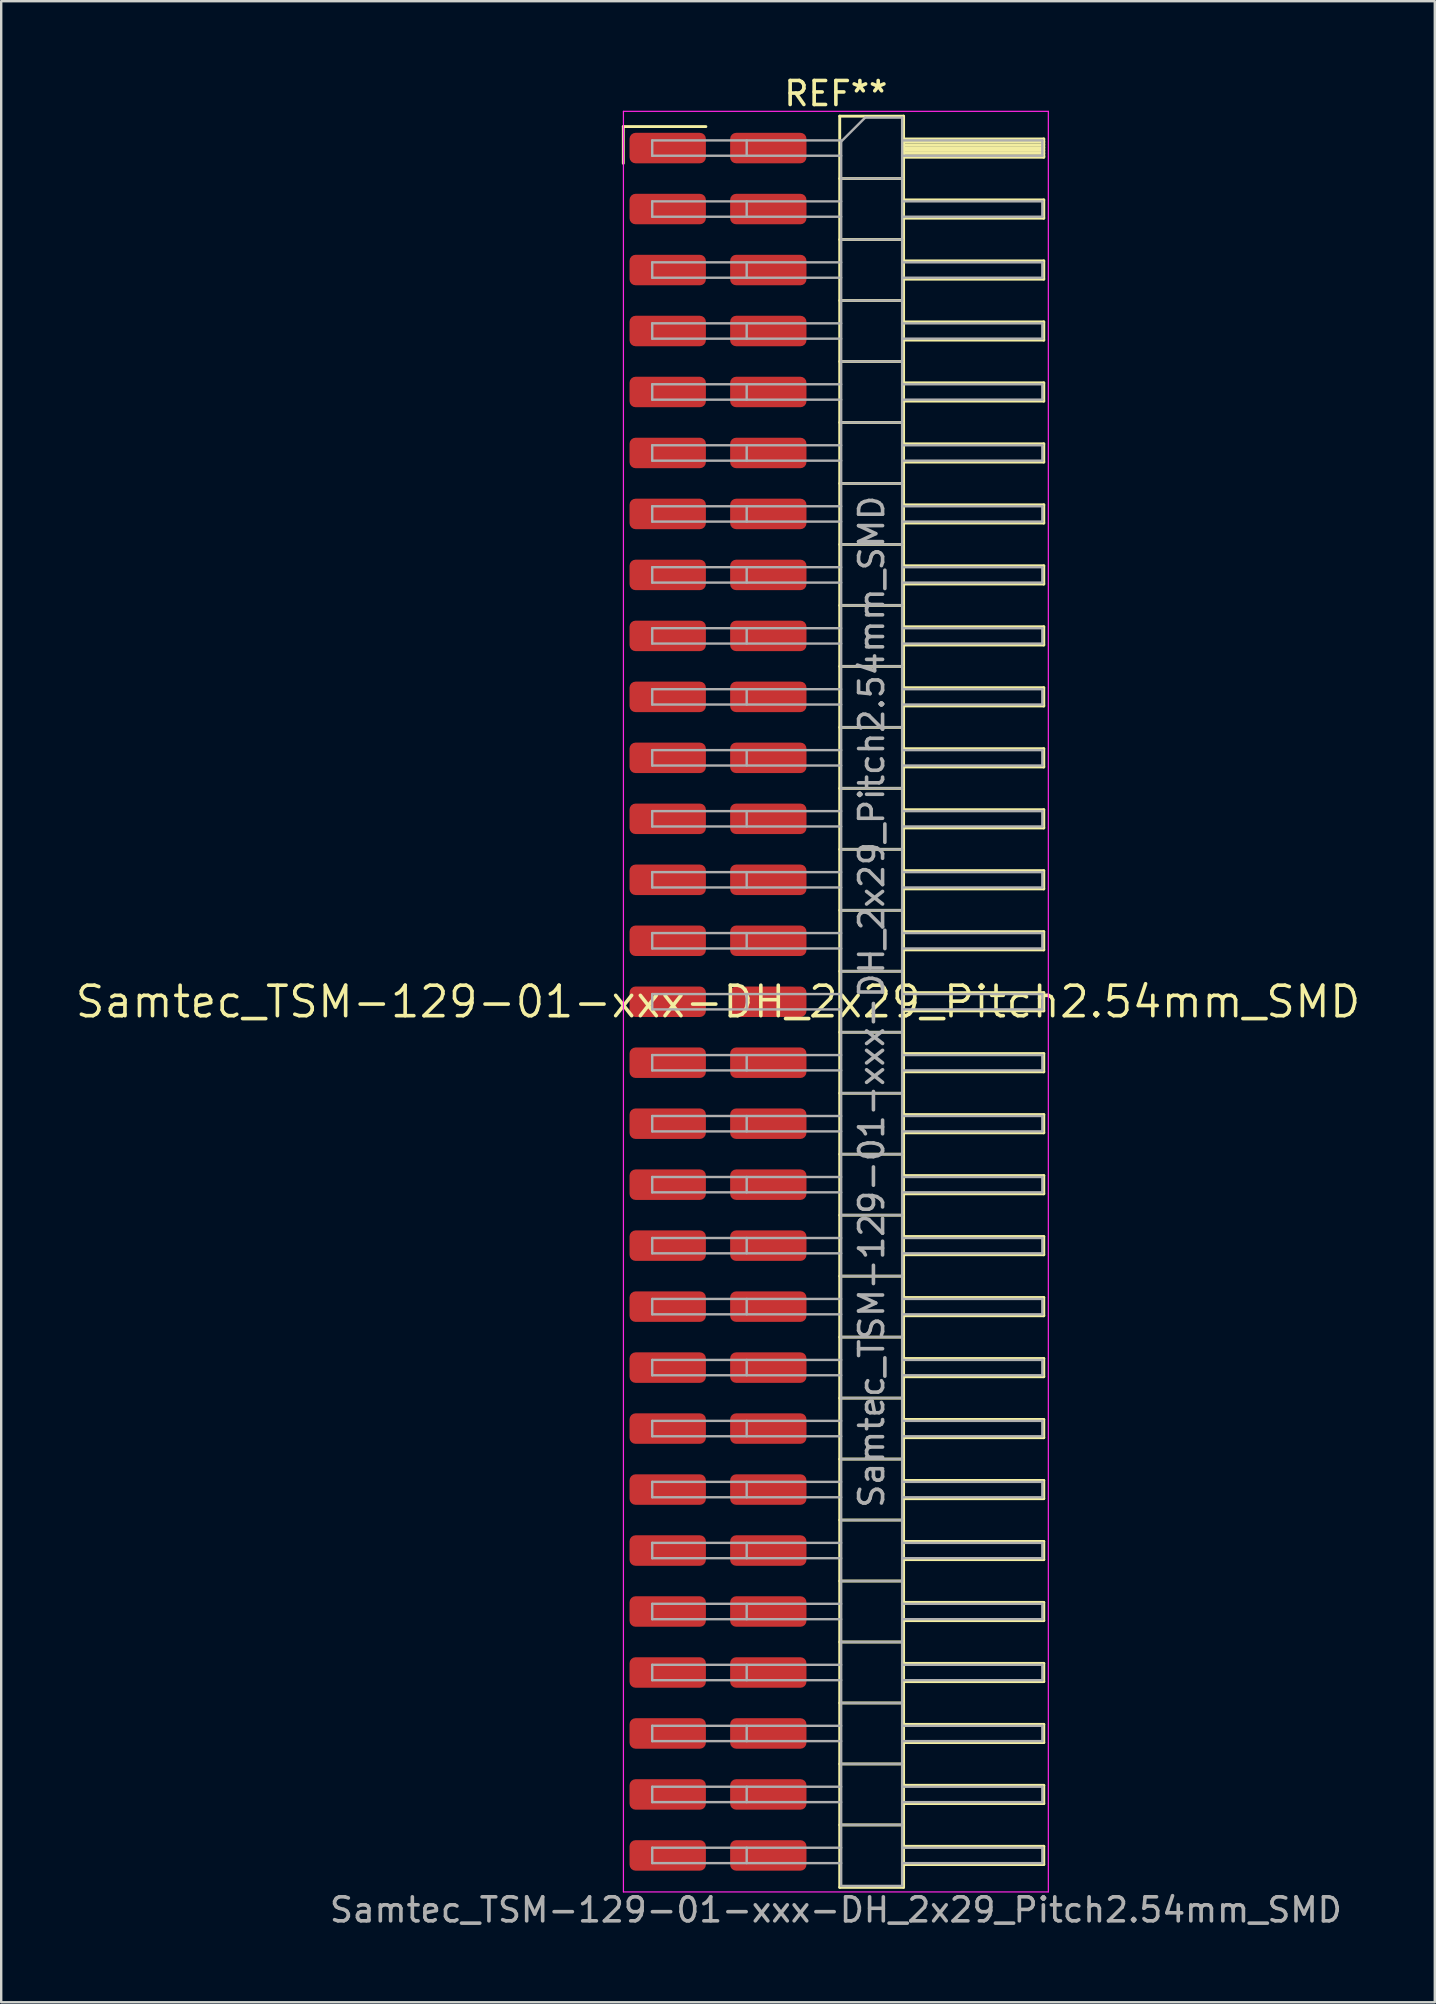
<source format=kicad_pcb>
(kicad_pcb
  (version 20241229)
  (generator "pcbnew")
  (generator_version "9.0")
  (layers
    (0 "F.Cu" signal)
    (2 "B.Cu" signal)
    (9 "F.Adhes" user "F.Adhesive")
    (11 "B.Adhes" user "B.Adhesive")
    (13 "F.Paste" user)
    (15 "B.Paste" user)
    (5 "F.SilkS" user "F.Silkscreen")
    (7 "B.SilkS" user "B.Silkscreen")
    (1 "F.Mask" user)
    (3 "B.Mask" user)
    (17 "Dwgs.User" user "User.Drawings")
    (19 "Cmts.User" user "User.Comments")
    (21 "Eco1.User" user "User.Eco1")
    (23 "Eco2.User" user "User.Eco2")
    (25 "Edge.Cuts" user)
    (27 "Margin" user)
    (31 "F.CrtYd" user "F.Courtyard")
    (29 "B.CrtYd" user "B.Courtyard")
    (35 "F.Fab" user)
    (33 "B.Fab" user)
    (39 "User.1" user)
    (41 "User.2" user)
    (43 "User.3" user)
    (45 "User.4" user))
  (footprint "Samtec_TSM-129-01-xxx-DH_2x29_Pitch2.54mm_SMD"
    (layer "F.Cu")
    (at 26.859 38.678)
    (property "Reference" "Samtec_TSM-129-01-xxx-DH_2x29_Pitch2.54mm_SMD" (at 0 0 0) (layer "F.SilkS") (effects (font (size 1.27 1.27) (thickness 0.15))))
    (attr smd)
    (fp_line (start -3.945 -36.455) (end -0.505 -36.455) (stroke (width 0.12) (type solid)) (layer "F.SilkS"))
    (fp_line (start -3.945 -34.925) (end -3.945 -36.455) (stroke (width 0.12) (type solid)) (layer "F.SilkS"))
    (fp_line (start 5.07 -36.89) (end 7.73 -36.89) (stroke (width 0.12) (type solid)) (layer "F.SilkS"))
    (fp_line (start 5.07 -34.29) (end 7.73 -34.29) (stroke (width 0.12) (type solid)) (layer "F.SilkS"))
    (fp_line (start 5.07 -31.75) (end 7.73 -31.75) (stroke (width 0.12) (type solid)) (layer "F.SilkS"))
    (fp_line (start 5.07 -29.21) (end 7.73 -29.21) (stroke (width 0.12) (type solid)) (layer "F.SilkS"))
    (fp_line (start 5.07 -26.67) (end 7.73 -26.67) (stroke (width 0.12) (type solid)) (layer "F.SilkS"))
    (fp_line (start 5.07 -24.13) (end 7.73 -24.13) (stroke (width 0.12) (type solid)) (layer "F.SilkS"))
    (fp_line (start 5.07 -21.59) (end 7.73 -21.59) (stroke (width 0.12) (type solid)) (layer "F.SilkS"))
    (fp_line (start 5.07 -19.05) (end 7.73 -19.05) (stroke (width 0.12) (type solid)) (layer "F.SilkS"))
    (fp_line (start 5.07 -16.51) (end 7.73 -16.51) (stroke (width 0.12) (type solid)) (layer "F.SilkS"))
    (fp_line (start 5.07 -13.97) (end 7.73 -13.97) (stroke (width 0.12) (type solid)) (layer "F.SilkS"))
    (fp_line (start 5.07 -11.43) (end 7.73 -11.43) (stroke (width 0.12) (type solid)) (layer "F.SilkS"))
    (fp_line (start 5.07 -8.89) (end 7.73 -8.89) (stroke (width 0.12) (type solid)) (layer "F.SilkS"))
    (fp_line (start 5.07 -6.35) (end 7.73 -6.35) (stroke (width 0.12) (type solid)) (layer "F.SilkS"))
    (fp_line (start 5.07 -3.81) (end 7.73 -3.81) (stroke (width 0.12) (type solid)) (layer "F.SilkS"))
    (fp_line (start 5.07 -1.27) (end 7.73 -1.27) (stroke (width 0.12) (type solid)) (layer "F.SilkS"))
    (fp_line (start 5.07 1.27) (end 7.73 1.27) (stroke (width 0.12) (type solid)) (layer "F.SilkS"))
    (fp_line (start 5.07 3.81) (end 7.73 3.81) (stroke (width 0.12) (type solid)) (layer "F.SilkS"))
    (fp_line (start 5.07 6.35) (end 7.73 6.35) (stroke (width 0.12) (type solid)) (layer "F.SilkS"))
    (fp_line (start 5.07 8.89) (end 7.73 8.89) (stroke (width 0.12) (type solid)) (layer "F.SilkS"))
    (fp_line (start 5.07 11.43) (end 7.73 11.43) (stroke (width 0.12) (type solid)) (layer "F.SilkS"))
    (fp_line (start 5.07 13.97) (end 7.73 13.97) (stroke (width 0.12) (type solid)) (layer "F.SilkS"))
    (fp_line (start 5.07 16.51) (end 7.73 16.51) (stroke (width 0.12) (type solid)) (layer "F.SilkS"))
    (fp_line (start 5.07 19.05) (end 7.73 19.05) (stroke (width 0.12) (type solid)) (layer "F.SilkS"))
    (fp_line (start 5.07 21.59) (end 7.73 21.59) (stroke (width 0.12) (type solid)) (layer "F.SilkS"))
    (fp_line (start 5.07 24.13) (end 7.73 24.13) (stroke (width 0.12) (type solid)) (layer "F.SilkS"))
    (fp_line (start 5.07 26.67) (end 7.73 26.67) (stroke (width 0.12) (type solid)) (layer "F.SilkS"))
    (fp_line (start 5.07 29.21) (end 7.73 29.21) (stroke (width 0.12) (type solid)) (layer "F.SilkS"))
    (fp_line (start 5.07 31.75) (end 7.73 31.75) (stroke (width 0.12) (type solid)) (layer "F.SilkS"))
    (fp_line (start 5.07 34.29) (end 7.73 34.29) (stroke (width 0.12) (type solid)) (layer "F.SilkS"))
    (fp_line (start 5.07 36.89) (end 5.07 -36.89) (stroke (width 0.12) (type solid)) (layer "F.SilkS"))
    (fp_line (start 7.73 -36.89) (end 7.73 36.89) (stroke (width 0.12) (type solid)) (layer "F.SilkS"))
    (fp_line (start 7.73 -35.94) (end 13.57 -35.94) (stroke (width 0.12) (type solid)) (layer "F.SilkS"))
    (fp_line (start 7.73 -35.82) (end 13.57 -35.82) (stroke (width 0.12) (type solid)) (layer "F.SilkS"))
    (fp_line (start 7.73 -35.7) (end 13.57 -35.7) (stroke (width 0.12) (type solid)) (layer "F.SilkS"))
    (fp_line (start 7.73 -35.58) (end 13.57 -35.58) (stroke (width 0.12) (type solid)) (layer "F.SilkS"))
    (fp_line (start 7.73 -35.46) (end 13.57 -35.46) (stroke (width 0.12) (type solid)) (layer "F.SilkS"))
    (fp_line (start 7.73 -35.34) (end 13.57 -35.34) (stroke (width 0.12) (type solid)) (layer "F.SilkS"))
    (fp_line (start 7.73 -35.22) (end 13.57 -35.22) (stroke (width 0.12) (type solid)) (layer "F.SilkS"))
    (fp_line (start 7.73 -35.18) (end 13.57 -35.18) (stroke (width 0.12) (type solid)) (layer "F.SilkS"))
    (fp_line (start 7.73 -33.4) (end 13.57 -33.4) (stroke (width 0.12) (type solid)) (layer "F.SilkS"))
    (fp_line (start 7.73 -32.64) (end 13.57 -32.64) (stroke (width 0.12) (type solid)) (layer "F.SilkS"))
    (fp_line (start 7.73 -30.86) (end 13.57 -30.86) (stroke (width 0.12) (type solid)) (layer "F.SilkS"))
    (fp_line (start 7.73 -30.1) (end 13.57 -30.1) (stroke (width 0.12) (type solid)) (layer "F.SilkS"))
    (fp_line (start 7.73 -28.32) (end 13.57 -28.32) (stroke (width 0.12) (type solid)) (layer "F.SilkS"))
    (fp_line (start 7.73 -27.56) (end 13.57 -27.56) (stroke (width 0.12) (type solid)) (layer "F.SilkS"))
    (fp_line (start 7.73 -25.78) (end 13.57 -25.78) (stroke (width 0.12) (type solid)) (layer "F.SilkS"))
    (fp_line (start 7.73 -25.02) (end 13.57 -25.02) (stroke (width 0.12) (type solid)) (layer "F.SilkS"))
    (fp_line (start 7.73 -23.24) (end 13.57 -23.24) (stroke (width 0.12) (type solid)) (layer "F.SilkS"))
    (fp_line (start 7.73 -22.48) (end 13.57 -22.48) (stroke (width 0.12) (type solid)) (layer "F.SilkS"))
    (fp_line (start 7.73 -20.7) (end 13.57 -20.7) (stroke (width 0.12) (type solid)) (layer "F.SilkS"))
    (fp_line (start 7.73 -19.94) (end 13.57 -19.94) (stroke (width 0.12) (type solid)) (layer "F.SilkS"))
    (fp_line (start 7.73 -18.16) (end 13.57 -18.16) (stroke (width 0.12) (type solid)) (layer "F.SilkS"))
    (fp_line (start 7.73 -17.4) (end 13.57 -17.4) (stroke (width 0.12) (type solid)) (layer "F.SilkS"))
    (fp_line (start 7.73 -15.62) (end 13.57 -15.62) (stroke (width 0.12) (type solid)) (layer "F.SilkS"))
    (fp_line (start 7.73 -14.86) (end 13.57 -14.86) (stroke (width 0.12) (type solid)) (layer "F.SilkS"))
    (fp_line (start 7.73 -13.08) (end 13.57 -13.08) (stroke (width 0.12) (type solid)) (layer "F.SilkS"))
    (fp_line (start 7.73 -12.32) (end 13.57 -12.32) (stroke (width 0.12) (type solid)) (layer "F.SilkS"))
    (fp_line (start 7.73 -10.54) (end 13.57 -10.54) (stroke (width 0.12) (type solid)) (layer "F.SilkS"))
    (fp_line (start 7.73 -9.78) (end 13.57 -9.78) (stroke (width 0.12) (type solid)) (layer "F.SilkS"))
    (fp_line (start 7.73 -8) (end 13.57 -8) (stroke (width 0.12) (type solid)) (layer "F.SilkS"))
    (fp_line (start 7.73 -7.24) (end 13.57 -7.24) (stroke (width 0.12) (type solid)) (layer "F.SilkS"))
    (fp_line (start 7.73 -5.46) (end 13.57 -5.46) (stroke (width 0.12) (type solid)) (layer "F.SilkS"))
    (fp_line (start 7.73 -4.7) (end 13.57 -4.7) (stroke (width 0.12) (type solid)) (layer "F.SilkS"))
    (fp_line (start 7.73 -2.92) (end 13.57 -2.92) (stroke (width 0.12) (type solid)) (layer "F.SilkS"))
    (fp_line (start 7.73 -2.16) (end 13.57 -2.16) (stroke (width 0.12) (type solid)) (layer "F.SilkS"))
    (fp_line (start 7.73 -0.38) (end 13.57 -0.38) (stroke (width 0.12) (type solid)) (layer "F.SilkS"))
    (fp_line (start 7.73 0.38) (end 13.57 0.38) (stroke (width 0.12) (type solid)) (layer "F.SilkS"))
    (fp_line (start 7.73 2.16) (end 13.57 2.16) (stroke (width 0.12) (type solid)) (layer "F.SilkS"))
    (fp_line (start 7.73 2.92) (end 13.57 2.92) (stroke (width 0.12) (type solid)) (layer "F.SilkS"))
    (fp_line (start 7.73 4.7) (end 13.57 4.7) (stroke (width 0.12) (type solid)) (layer "F.SilkS"))
    (fp_line (start 7.73 5.46) (end 13.57 5.46) (stroke (width 0.12) (type solid)) (layer "F.SilkS"))
    (fp_line (start 7.73 7.24) (end 13.57 7.24) (stroke (width 0.12) (type solid)) (layer "F.SilkS"))
    (fp_line (start 7.73 8) (end 13.57 8) (stroke (width 0.12) (type solid)) (layer "F.SilkS"))
    (fp_line (start 7.73 9.78) (end 13.57 9.78) (stroke (width 0.12) (type solid)) (layer "F.SilkS"))
    (fp_line (start 7.73 10.54) (end 13.57 10.54) (stroke (width 0.12) (type solid)) (layer "F.SilkS"))
    (fp_line (start 7.73 12.32) (end 13.57 12.32) (stroke (width 0.12) (type solid)) (layer "F.SilkS"))
    (fp_line (start 7.73 13.08) (end 13.57 13.08) (stroke (width 0.12) (type solid)) (layer "F.SilkS"))
    (fp_line (start 7.73 14.86) (end 13.57 14.86) (stroke (width 0.12) (type solid)) (layer "F.SilkS"))
    (fp_line (start 7.73 15.62) (end 13.57 15.62) (stroke (width 0.12) (type solid)) (layer "F.SilkS"))
    (fp_line (start 7.73 17.4) (end 13.57 17.4) (stroke (width 0.12) (type solid)) (layer "F.SilkS"))
    (fp_line (start 7.73 18.16) (end 13.57 18.16) (stroke (width 0.12) (type solid)) (layer "F.SilkS"))
    (fp_line (start 7.73 19.94) (end 13.57 19.94) (stroke (width 0.12) (type solid)) (layer "F.SilkS"))
    (fp_line (start 7.73 20.7) (end 13.57 20.7) (stroke (width 0.12) (type solid)) (layer "F.SilkS"))
    (fp_line (start 7.73 22.48) (end 13.57 22.48) (stroke (width 0.12) (type solid)) (layer "F.SilkS"))
    (fp_line (start 7.73 23.24) (end 13.57 23.24) (stroke (width 0.12) (type solid)) (layer "F.SilkS"))
    (fp_line (start 7.73 25.02) (end 13.57 25.02) (stroke (width 0.12) (type solid)) (layer "F.SilkS"))
    (fp_line (start 7.73 25.78) (end 13.57 25.78) (stroke (width 0.12) (type solid)) (layer "F.SilkS"))
    (fp_line (start 7.73 27.56) (end 13.57 27.56) (stroke (width 0.12) (type solid)) (layer "F.SilkS"))
    (fp_line (start 7.73 28.32) (end 13.57 28.32) (stroke (width 0.12) (type solid)) (layer "F.SilkS"))
    (fp_line (start 7.73 30.1) (end 13.57 30.1) (stroke (width 0.12) (type solid)) (layer "F.SilkS"))
    (fp_line (start 7.73 30.86) (end 13.57 30.86) (stroke (width 0.12) (type solid)) (layer "F.SilkS"))
    (fp_line (start 7.73 32.64) (end 13.57 32.64) (stroke (width 0.12) (type solid)) (layer "F.SilkS"))
    (fp_line (start 7.73 33.4) (end 13.57 33.4) (stroke (width 0.12) (type solid)) (layer "F.SilkS"))
    (fp_line (start 7.73 35.18) (end 13.57 35.18) (stroke (width 0.12) (type solid)) (layer "F.SilkS"))
    (fp_line (start 7.73 35.94) (end 13.57 35.94) (stroke (width 0.12) (type solid)) (layer "F.SilkS"))
    (fp_line (start 7.73 36.89) (end 5.07 36.89) (stroke (width 0.12) (type solid)) (layer "F.SilkS"))
    (fp_line (start 13.57 -35.94) (end 13.57 -35.18) (stroke (width 0.12) (type solid)) (layer "F.SilkS"))
    (fp_line (start 13.57 -33.4) (end 13.57 -32.64) (stroke (width 0.12) (type solid)) (layer "F.SilkS"))
    (fp_line (start 13.57 -30.86) (end 13.57 -30.1) (stroke (width 0.12) (type solid)) (layer "F.SilkS"))
    (fp_line (start 13.57 -28.32) (end 13.57 -27.56) (stroke (width 0.12) (type solid)) (layer "F.SilkS"))
    (fp_line (start 13.57 -25.78) (end 13.57 -25.02) (stroke (width 0.12) (type solid)) (layer "F.SilkS"))
    (fp_line (start 13.57 -23.24) (end 13.57 -22.48) (stroke (width 0.12) (type solid)) (layer "F.SilkS"))
    (fp_line (start 13.57 -20.7) (end 13.57 -19.94) (stroke (width 0.12) (type solid)) (layer "F.SilkS"))
    (fp_line (start 13.57 -18.16) (end 13.57 -17.4) (stroke (width 0.12) (type solid)) (layer "F.SilkS"))
    (fp_line (start 13.57 -15.62) (end 13.57 -14.86) (stroke (width 0.12) (type solid)) (layer "F.SilkS"))
    (fp_line (start 13.57 -13.08) (end 13.57 -12.32) (stroke (width 0.12) (type solid)) (layer "F.SilkS"))
    (fp_line (start 13.57 -10.54) (end 13.57 -9.78) (stroke (width 0.12) (type solid)) (layer "F.SilkS"))
    (fp_line (start 13.57 -8) (end 13.57 -7.24) (stroke (width 0.12) (type solid)) (layer "F.SilkS"))
    (fp_line (start 13.57 -5.46) (end 13.57 -4.7) (stroke (width 0.12) (type solid)) (layer "F.SilkS"))
    (fp_line (start 13.57 -2.92) (end 13.57 -2.16) (stroke (width 0.12) (type solid)) (layer "F.SilkS"))
    (fp_line (start 13.57 -0.38) (end 13.57 0.38) (stroke (width 0.12) (type solid)) (layer "F.SilkS"))
    (fp_line (start 13.57 2.16) (end 13.57 2.92) (stroke (width 0.12) (type solid)) (layer "F.SilkS"))
    (fp_line (start 13.57 4.7) (end 13.57 5.46) (stroke (width 0.12) (type solid)) (layer "F.SilkS"))
    (fp_line (start 13.57 7.24) (end 13.57 8) (stroke (width 0.12) (type solid)) (layer "F.SilkS"))
    (fp_line (start 13.57 9.78) (end 13.57 10.54) (stroke (width 0.12) (type solid)) (layer "F.SilkS"))
    (fp_line (start 13.57 12.32) (end 13.57 13.08) (stroke (width 0.12) (type solid)) (layer "F.SilkS"))
    (fp_line (start 13.57 14.86) (end 13.57 15.62) (stroke (width 0.12) (type solid)) (layer "F.SilkS"))
    (fp_line (start 13.57 17.4) (end 13.57 18.16) (stroke (width 0.12) (type solid)) (layer "F.SilkS"))
    (fp_line (start 13.57 19.94) (end 13.57 20.7) (stroke (width 0.12) (type solid)) (layer "F.SilkS"))
    (fp_line (start 13.57 22.48) (end 13.57 23.24) (stroke (width 0.12) (type solid)) (layer "F.SilkS"))
    (fp_line (start 13.57 25.02) (end 13.57 25.78) (stroke (width 0.12) (type solid)) (layer "F.SilkS"))
    (fp_line (start 13.57 27.56) (end 13.57 28.32) (stroke (width 0.12) (type solid)) (layer "F.SilkS"))
    (fp_line (start 13.57 30.1) (end 13.57 30.86) (stroke (width 0.12) (type solid)) (layer "F.SilkS"))
    (fp_line (start 13.57 32.64) (end 13.57 33.4) (stroke (width 0.12) (type solid)) (layer "F.SilkS"))
    (fp_line (start 13.57 35.18) (end 13.57 35.94) (stroke (width 0.12) (type solid)) (layer "F.SilkS"))
    (fp_line (start -3.94 -37.09) (end 13.76 -37.09) (stroke (width 0.05) (type solid)) (layer "F.CrtYd"))
    (fp_line (start -3.94 37.08) (end -3.94 -37.09) (stroke (width 0.05) (type solid)) (layer "F.CrtYd"))
    (fp_line (start 13.76 -37.09) (end 13.76 37.08) (stroke (width 0.05) (type solid)) (layer "F.CrtYd"))
    (fp_line (start 13.76 37.08) (end -3.94 37.08) (stroke (width 0.05) (type solid)) (layer "F.CrtYd"))
    (fp_line (start -2.74 -35.88) (end -2.74 -35.24) (stroke (width 0.1) (type solid)) (layer "F.Fab"))
    (fp_line (start -2.74 -35.88) (end 5.13 -35.88) (stroke (width 0.1) (type solid)) (layer "F.Fab"))
    (fp_line (start -2.74 -35.24) (end 5.13 -35.24) (stroke (width 0.1) (type solid)) (layer "F.Fab"))
    (fp_line (start -2.74 -33.34) (end -2.74 -32.7) (stroke (width 0.1) (type solid)) (layer "F.Fab"))
    (fp_line (start -2.74 -33.34) (end 5.13 -33.34) (stroke (width 0.1) (type solid)) (layer "F.Fab"))
    (fp_line (start -2.74 -32.7) (end 5.13 -32.7) (stroke (width 0.1) (type solid)) (layer "F.Fab"))
    (fp_line (start -2.74 -30.8) (end -2.74 -30.16) (stroke (width 0.1) (type solid)) (layer "F.Fab"))
    (fp_line (start -2.74 -30.8) (end 5.13 -30.8) (stroke (width 0.1) (type solid)) (layer "F.Fab"))
    (fp_line (start -2.74 -30.16) (end 5.13 -30.16) (stroke (width 0.1) (type solid)) (layer "F.Fab"))
    (fp_line (start -2.74 -28.26) (end -2.74 -27.62) (stroke (width 0.1) (type solid)) (layer "F.Fab"))
    (fp_line (start -2.74 -28.26) (end 5.13 -28.26) (stroke (width 0.1) (type solid)) (layer "F.Fab"))
    (fp_line (start -2.74 -27.62) (end 5.13 -27.62) (stroke (width 0.1) (type solid)) (layer "F.Fab"))
    (fp_line (start -2.74 -25.72) (end -2.74 -25.08) (stroke (width 0.1) (type solid)) (layer "F.Fab"))
    (fp_line (start -2.74 -25.72) (end 5.13 -25.72) (stroke (width 0.1) (type solid)) (layer "F.Fab"))
    (fp_line (start -2.74 -25.08) (end 5.13 -25.08) (stroke (width 0.1) (type solid)) (layer "F.Fab"))
    (fp_line (start -2.74 -23.18) (end -2.74 -22.54) (stroke (width 0.1) (type solid)) (layer "F.Fab"))
    (fp_line (start -2.74 -23.18) (end 5.13 -23.18) (stroke (width 0.1) (type solid)) (layer "F.Fab"))
    (fp_line (start -2.74 -22.54) (end 5.13 -22.54) (stroke (width 0.1) (type solid)) (layer "F.Fab"))
    (fp_line (start -2.74 -20.64) (end -2.74 -20) (stroke (width 0.1) (type solid)) (layer "F.Fab"))
    (fp_line (start -2.74 -20.64) (end 5.13 -20.64) (stroke (width 0.1) (type solid)) (layer "F.Fab"))
    (fp_line (start -2.74 -20) (end 5.13 -20) (stroke (width 0.1) (type solid)) (layer "F.Fab"))
    (fp_line (start -2.74 -18.1) (end -2.74 -17.46) (stroke (width 0.1) (type solid)) (layer "F.Fab"))
    (fp_line (start -2.74 -18.1) (end 5.13 -18.1) (stroke (width 0.1) (type solid)) (layer "F.Fab"))
    (fp_line (start -2.74 -17.46) (end 5.13 -17.46) (stroke (width 0.1) (type solid)) (layer "F.Fab"))
    (fp_line (start -2.74 -15.56) (end -2.74 -14.92) (stroke (width 0.1) (type solid)) (layer "F.Fab"))
    (fp_line (start -2.74 -15.56) (end 5.13 -15.56) (stroke (width 0.1) (type solid)) (layer "F.Fab"))
    (fp_line (start -2.74 -14.92) (end 5.13 -14.92) (stroke (width 0.1) (type solid)) (layer "F.Fab"))
    (fp_line (start -2.74 -13.02) (end -2.74 -12.38) (stroke (width 0.1) (type solid)) (layer "F.Fab"))
    (fp_line (start -2.74 -13.02) (end 5.13 -13.02) (stroke (width 0.1) (type solid)) (layer "F.Fab"))
    (fp_line (start -2.74 -12.38) (end 5.13 -12.38) (stroke (width 0.1) (type solid)) (layer "F.Fab"))
    (fp_line (start -2.74 -10.48) (end -2.74 -9.84) (stroke (width 0.1) (type solid)) (layer "F.Fab"))
    (fp_line (start -2.74 -10.48) (end 5.13 -10.48) (stroke (width 0.1) (type solid)) (layer "F.Fab"))
    (fp_line (start -2.74 -9.84) (end 5.13 -9.84) (stroke (width 0.1) (type solid)) (layer "F.Fab"))
    (fp_line (start -2.74 -7.94) (end -2.74 -7.3) (stroke (width 0.1) (type solid)) (layer "F.Fab"))
    (fp_line (start -2.74 -7.94) (end 5.13 -7.94) (stroke (width 0.1) (type solid)) (layer "F.Fab"))
    (fp_line (start -2.74 -7.3) (end 5.13 -7.3) (stroke (width 0.1) (type solid)) (layer "F.Fab"))
    (fp_line (start -2.74 -5.4) (end -2.74 -4.76) (stroke (width 0.1) (type solid)) (layer "F.Fab"))
    (fp_line (start -2.74 -5.4) (end 5.13 -5.4) (stroke (width 0.1) (type solid)) (layer "F.Fab"))
    (fp_line (start -2.74 -4.76) (end 5.13 -4.76) (stroke (width 0.1) (type solid)) (layer "F.Fab"))
    (fp_line (start -2.74 -2.86) (end -2.74 -2.22) (stroke (width 0.1) (type solid)) (layer "F.Fab"))
    (fp_line (start -2.74 -2.86) (end 5.13 -2.86) (stroke (width 0.1) (type solid)) (layer "F.Fab"))
    (fp_line (start -2.74 -2.22) (end 5.13 -2.22) (stroke (width 0.1) (type solid)) (layer "F.Fab"))
    (fp_line (start -2.74 -0.32) (end -2.74 0.32) (stroke (width 0.1) (type solid)) (layer "F.Fab"))
    (fp_line (start -2.74 -0.32) (end 5.13 -0.32) (stroke (width 0.1) (type solid)) (layer "F.Fab"))
    (fp_line (start -2.74 0.32) (end 5.13 0.32) (stroke (width 0.1) (type solid)) (layer "F.Fab"))
    (fp_line (start -2.74 2.22) (end -2.74 2.86) (stroke (width 0.1) (type solid)) (layer "F.Fab"))
    (fp_line (start -2.74 2.22) (end 5.13 2.22) (stroke (width 0.1) (type solid)) (layer "F.Fab"))
    (fp_line (start -2.74 2.86) (end 5.13 2.86) (stroke (width 0.1) (type solid)) (layer "F.Fab"))
    (fp_line (start -2.74 4.76) (end -2.74 5.4) (stroke (width 0.1) (type solid)) (layer "F.Fab"))
    (fp_line (start -2.74 4.76) (end 5.13 4.76) (stroke (width 0.1) (type solid)) (layer "F.Fab"))
    (fp_line (start -2.74 5.4) (end 5.13 5.4) (stroke (width 0.1) (type solid)) (layer "F.Fab"))
    (fp_line (start -2.74 7.3) (end -2.74 7.94) (stroke (width 0.1) (type solid)) (layer "F.Fab"))
    (fp_line (start -2.74 7.3) (end 5.13 7.3) (stroke (width 0.1) (type solid)) (layer "F.Fab"))
    (fp_line (start -2.74 7.94) (end 5.13 7.94) (stroke (width 0.1) (type solid)) (layer "F.Fab"))
    (fp_line (start -2.74 9.84) (end -2.74 10.48) (stroke (width 0.1) (type solid)) (layer "F.Fab"))
    (fp_line (start -2.74 9.84) (end 5.13 9.84) (stroke (width 0.1) (type solid)) (layer "F.Fab"))
    (fp_line (start -2.74 10.48) (end 5.13 10.48) (stroke (width 0.1) (type solid)) (layer "F.Fab"))
    (fp_line (start -2.74 12.38) (end -2.74 13.02) (stroke (width 0.1) (type solid)) (layer "F.Fab"))
    (fp_line (start -2.74 12.38) (end 5.13 12.38) (stroke (width 0.1) (type solid)) (layer "F.Fab"))
    (fp_line (start -2.74 13.02) (end 5.13 13.02) (stroke (width 0.1) (type solid)) (layer "F.Fab"))
    (fp_line (start -2.74 14.92) (end -2.74 15.56) (stroke (width 0.1) (type solid)) (layer "F.Fab"))
    (fp_line (start -2.74 14.92) (end 5.13 14.92) (stroke (width 0.1) (type solid)) (layer "F.Fab"))
    (fp_line (start -2.74 15.56) (end 5.13 15.56) (stroke (width 0.1) (type solid)) (layer "F.Fab"))
    (fp_line (start -2.74 17.46) (end -2.74 18.1) (stroke (width 0.1) (type solid)) (layer "F.Fab"))
    (fp_line (start -2.74 17.46) (end 5.13 17.46) (stroke (width 0.1) (type solid)) (layer "F.Fab"))
    (fp_line (start -2.74 18.1) (end 5.13 18.1) (stroke (width 0.1) (type solid)) (layer "F.Fab"))
    (fp_line (start -2.74 20) (end -2.74 20.64) (stroke (width 0.1) (type solid)) (layer "F.Fab"))
    (fp_line (start -2.74 20) (end 5.13 20) (stroke (width 0.1) (type solid)) (layer "F.Fab"))
    (fp_line (start -2.74 20.64) (end 5.13 20.64) (stroke (width 0.1) (type solid)) (layer "F.Fab"))
    (fp_line (start -2.74 22.54) (end -2.74 23.18) (stroke (width 0.1) (type solid)) (layer "F.Fab"))
    (fp_line (start -2.74 22.54) (end 5.13 22.54) (stroke (width 0.1) (type solid)) (layer "F.Fab"))
    (fp_line (start -2.74 23.18) (end 5.13 23.18) (stroke (width 0.1) (type solid)) (layer "F.Fab"))
    (fp_line (start -2.74 25.08) (end -2.74 25.72) (stroke (width 0.1) (type solid)) (layer "F.Fab"))
    (fp_line (start -2.74 25.08) (end 5.13 25.08) (stroke (width 0.1) (type solid)) (layer "F.Fab"))
    (fp_line (start -2.74 25.72) (end 5.13 25.72) (stroke (width 0.1) (type solid)) (layer "F.Fab"))
    (fp_line (start -2.74 27.62) (end -2.74 28.26) (stroke (width 0.1) (type solid)) (layer "F.Fab"))
    (fp_line (start -2.74 27.62) (end 5.13 27.62) (stroke (width 0.1) (type solid)) (layer "F.Fab"))
    (fp_line (start -2.74 28.26) (end 5.13 28.26) (stroke (width 0.1) (type solid)) (layer "F.Fab"))
    (fp_line (start -2.74 30.16) (end -2.74 30.8) (stroke (width 0.1) (type solid)) (layer "F.Fab"))
    (fp_line (start -2.74 30.16) (end 5.13 30.16) (stroke (width 0.1) (type solid)) (layer "F.Fab"))
    (fp_line (start -2.74 30.8) (end 5.13 30.8) (stroke (width 0.1) (type solid)) (layer "F.Fab"))
    (fp_line (start -2.74 32.7) (end -2.74 33.34) (stroke (width 0.1) (type solid)) (layer "F.Fab"))
    (fp_line (start -2.74 32.7) (end 5.13 32.7) (stroke (width 0.1) (type solid)) (layer "F.Fab"))
    (fp_line (start -2.74 33.34) (end 5.13 33.34) (stroke (width 0.1) (type solid)) (layer "F.Fab"))
    (fp_line (start -2.74 35.24) (end -2.74 35.88) (stroke (width 0.1) (type solid)) (layer "F.Fab"))
    (fp_line (start -2.74 35.24) (end 5.13 35.24) (stroke (width 0.1) (type solid)) (layer "F.Fab"))
    (fp_line (start -2.74 35.88) (end 5.13 35.88) (stroke (width 0.1) (type solid)) (layer "F.Fab"))
    (fp_line (start 1.195 -35.88) (end 1.195 -35.24) (stroke (width 0.1) (type solid)) (layer "F.Fab"))
    (fp_line (start 1.195 -33.34) (end 1.195 -32.7) (stroke (width 0.1) (type solid)) (layer "F.Fab"))
    (fp_line (start 1.195 -30.8) (end 1.195 -30.16) (stroke (width 0.1) (type solid)) (layer "F.Fab"))
    (fp_line (start 1.195 -28.26) (end 1.195 -27.62) (stroke (width 0.1) (type solid)) (layer "F.Fab"))
    (fp_line (start 1.195 -25.72) (end 1.195 -25.08) (stroke (width 0.1) (type solid)) (layer "F.Fab"))
    (fp_line (start 1.195 -23.18) (end 1.195 -22.54) (stroke (width 0.1) (type solid)) (layer "F.Fab"))
    (fp_line (start 1.195 -20.64) (end 1.195 -20) (stroke (width 0.1) (type solid)) (layer "F.Fab"))
    (fp_line (start 1.195 -18.1) (end 1.195 -17.46) (stroke (width 0.1) (type solid)) (layer "F.Fab"))
    (fp_line (start 1.195 -15.56) (end 1.195 -14.92) (stroke (width 0.1) (type solid)) (layer "F.Fab"))
    (fp_line (start 1.195 -13.02) (end 1.195 -12.38) (stroke (width 0.1) (type solid)) (layer "F.Fab"))
    (fp_line (start 1.195 -10.48) (end 1.195 -9.84) (stroke (width 0.1) (type solid)) (layer "F.Fab"))
    (fp_line (start 1.195 -7.94) (end 1.195 -7.3) (stroke (width 0.1) (type solid)) (layer "F.Fab"))
    (fp_line (start 1.195 -5.4) (end 1.195 -4.76) (stroke (width 0.1) (type solid)) (layer "F.Fab"))
    (fp_line (start 1.195 -2.86) (end 1.195 -2.22) (stroke (width 0.1) (type solid)) (layer "F.Fab"))
    (fp_line (start 1.195 -0.32) (end 1.195 0.32) (stroke (width 0.1) (type solid)) (layer "F.Fab"))
    (fp_line (start 1.195 2.22) (end 1.195 2.86) (stroke (width 0.1) (type solid)) (layer "F.Fab"))
    (fp_line (start 1.195 4.76) (end 1.195 5.4) (stroke (width 0.1) (type solid)) (layer "F.Fab"))
    (fp_line (start 1.195 7.3) (end 1.195 7.94) (stroke (width 0.1) (type solid)) (layer "F.Fab"))
    (fp_line (start 1.195 9.84) (end 1.195 10.48) (stroke (width 0.1) (type solid)) (layer "F.Fab"))
    (fp_line (start 1.195 12.38) (end 1.195 13.02) (stroke (width 0.1) (type solid)) (layer "F.Fab"))
    (fp_line (start 1.195 14.92) (end 1.195 15.56) (stroke (width 0.1) (type solid)) (layer "F.Fab"))
    (fp_line (start 1.195 17.46) (end 1.195 18.1) (stroke (width 0.1) (type solid)) (layer "F.Fab"))
    (fp_line (start 1.195 20) (end 1.195 20.64) (stroke (width 0.1) (type solid)) (layer "F.Fab"))
    (fp_line (start 1.195 22.54) (end 1.195 23.18) (stroke (width 0.1) (type solid)) (layer "F.Fab"))
    (fp_line (start 1.195 25.08) (end 1.195 25.72) (stroke (width 0.1) (type solid)) (layer "F.Fab"))
    (fp_line (start 1.195 27.62) (end 1.195 28.26) (stroke (width 0.1) (type solid)) (layer "F.Fab"))
    (fp_line (start 1.195 30.16) (end 1.195 30.8) (stroke (width 0.1) (type solid)) (layer "F.Fab"))
    (fp_line (start 1.195 32.7) (end 1.195 33.34) (stroke (width 0.1) (type solid)) (layer "F.Fab"))
    (fp_line (start 1.195 35.24) (end 1.195 35.88) (stroke (width 0.1) (type solid)) (layer "F.Fab"))
    (fp_line (start 5.13 -35.83) (end 6.13 -36.83) (stroke (width 0.1) (type solid)) (layer "F.Fab"))
    (fp_line (start 5.13 -34.29) (end 7.67 -34.29) (stroke (width 0.1) (type solid)) (layer "F.Fab"))
    (fp_line (start 5.13 -31.75) (end 7.67 -31.75) (stroke (width 0.1) (type solid)) (layer "F.Fab"))
    (fp_line (start 5.13 -29.21) (end 7.67 -29.21) (stroke (width 0.1) (type solid)) (layer "F.Fab"))
    (fp_line (start 5.13 -26.67) (end 7.67 -26.67) (stroke (width 0.1) (type solid)) (layer "F.Fab"))
    (fp_line (start 5.13 -24.13) (end 7.67 -24.13) (stroke (width 0.1) (type solid)) (layer "F.Fab"))
    (fp_line (start 5.13 -21.59) (end 7.67 -21.59) (stroke (width 0.1) (type solid)) (layer "F.Fab"))
    (fp_line (start 5.13 -19.05) (end 7.67 -19.05) (stroke (width 0.1) (type solid)) (layer "F.Fab"))
    (fp_line (start 5.13 -16.51) (end 7.67 -16.51) (stroke (width 0.1) (type solid)) (layer "F.Fab"))
    (fp_line (start 5.13 -13.97) (end 7.67 -13.97) (stroke (width 0.1) (type solid)) (layer "F.Fab"))
    (fp_line (start 5.13 -11.43) (end 7.67 -11.43) (stroke (width 0.1) (type solid)) (layer "F.Fab"))
    (fp_line (start 5.13 -8.89) (end 7.67 -8.89) (stroke (width 0.1) (type solid)) (layer "F.Fab"))
    (fp_line (start 5.13 -6.35) (end 7.67 -6.35) (stroke (width 0.1) (type solid)) (layer "F.Fab"))
    (fp_line (start 5.13 -3.81) (end 7.67 -3.81) (stroke (width 0.1) (type solid)) (layer "F.Fab"))
    (fp_line (start 5.13 -1.27) (end 7.67 -1.27) (stroke (width 0.1) (type solid)) (layer "F.Fab"))
    (fp_line (start 5.13 1.27) (end 7.67 1.27) (stroke (width 0.1) (type solid)) (layer "F.Fab"))
    (fp_line (start 5.13 3.81) (end 7.67 3.81) (stroke (width 0.1) (type solid)) (layer "F.Fab"))
    (fp_line (start 5.13 6.35) (end 7.67 6.35) (stroke (width 0.1) (type solid)) (layer "F.Fab"))
    (fp_line (start 5.13 8.89) (end 7.67 8.89) (stroke (width 0.1) (type solid)) (layer "F.Fab"))
    (fp_line (start 5.13 11.43) (end 7.67 11.43) (stroke (width 0.1) (type solid)) (layer "F.Fab"))
    (fp_line (start 5.13 13.97) (end 7.67 13.97) (stroke (width 0.1) (type solid)) (layer "F.Fab"))
    (fp_line (start 5.13 16.51) (end 7.67 16.51) (stroke (width 0.1) (type solid)) (layer "F.Fab"))
    (fp_line (start 5.13 19.05) (end 7.67 19.05) (stroke (width 0.1) (type solid)) (layer "F.Fab"))
    (fp_line (start 5.13 21.59) (end 7.67 21.59) (stroke (width 0.1) (type solid)) (layer "F.Fab"))
    (fp_line (start 5.13 24.13) (end 7.67 24.13) (stroke (width 0.1) (type solid)) (layer "F.Fab"))
    (fp_line (start 5.13 26.67) (end 7.67 26.67) (stroke (width 0.1) (type solid)) (layer "F.Fab"))
    (fp_line (start 5.13 29.21) (end 7.67 29.21) (stroke (width 0.1) (type solid)) (layer "F.Fab"))
    (fp_line (start 5.13 31.75) (end 7.67 31.75) (stroke (width 0.1) (type solid)) (layer "F.Fab"))
    (fp_line (start 5.13 34.29) (end 7.67 34.29) (stroke (width 0.1) (type solid)) (layer "F.Fab"))
    (fp_line (start 5.13 36.83) (end 5.13 -35.83) (stroke (width 0.1) (type solid)) (layer "F.Fab"))
    (fp_line (start 6.13 -36.83) (end 7.67 -36.83) (stroke (width 0.1) (type solid)) (layer "F.Fab"))
    (fp_line (start 7.67 -36.83) (end 7.67 36.83) (stroke (width 0.1) (type solid)) (layer "F.Fab"))
    (fp_line (start 7.67 -35.88) (end 13.51 -35.88) (stroke (width 0.1) (type solid)) (layer "F.Fab"))
    (fp_line (start 7.67 -35.24) (end 13.51 -35.24) (stroke (width 0.1) (type solid)) (layer "F.Fab"))
    (fp_line (start 7.67 -33.34) (end 13.51 -33.34) (stroke (width 0.1) (type solid)) (layer "F.Fab"))
    (fp_line (start 7.67 -32.7) (end 13.51 -32.7) (stroke (width 0.1) (type solid)) (layer "F.Fab"))
    (fp_line (start 7.67 -30.8) (end 13.51 -30.8) (stroke (width 0.1) (type solid)) (layer "F.Fab"))
    (fp_line (start 7.67 -30.16) (end 13.51 -30.16) (stroke (width 0.1) (type solid)) (layer "F.Fab"))
    (fp_line (start 7.67 -28.26) (end 13.51 -28.26) (stroke (width 0.1) (type solid)) (layer "F.Fab"))
    (fp_line (start 7.67 -27.62) (end 13.51 -27.62) (stroke (width 0.1) (type solid)) (layer "F.Fab"))
    (fp_line (start 7.67 -25.72) (end 13.51 -25.72) (stroke (width 0.1) (type solid)) (layer "F.Fab"))
    (fp_line (start 7.67 -25.08) (end 13.51 -25.08) (stroke (width 0.1) (type solid)) (layer "F.Fab"))
    (fp_line (start 7.67 -23.18) (end 13.51 -23.18) (stroke (width 0.1) (type solid)) (layer "F.Fab"))
    (fp_line (start 7.67 -22.54) (end 13.51 -22.54) (stroke (width 0.1) (type solid)) (layer "F.Fab"))
    (fp_line (start 7.67 -20.64) (end 13.51 -20.64) (stroke (width 0.1) (type solid)) (layer "F.Fab"))
    (fp_line (start 7.67 -20) (end 13.51 -20) (stroke (width 0.1) (type solid)) (layer "F.Fab"))
    (fp_line (start 7.67 -18.1) (end 13.51 -18.1) (stroke (width 0.1) (type solid)) (layer "F.Fab"))
    (fp_line (start 7.67 -17.46) (end 13.51 -17.46) (stroke (width 0.1) (type solid)) (layer "F.Fab"))
    (fp_line (start 7.67 -15.56) (end 13.51 -15.56) (stroke (width 0.1) (type solid)) (layer "F.Fab"))
    (fp_line (start 7.67 -14.92) (end 13.51 -14.92) (stroke (width 0.1) (type solid)) (layer "F.Fab"))
    (fp_line (start 7.67 -13.02) (end 13.51 -13.02) (stroke (width 0.1) (type solid)) (layer "F.Fab"))
    (fp_line (start 7.67 -12.38) (end 13.51 -12.38) (stroke (width 0.1) (type solid)) (layer "F.Fab"))
    (fp_line (start 7.67 -10.48) (end 13.51 -10.48) (stroke (width 0.1) (type solid)) (layer "F.Fab"))
    (fp_line (start 7.67 -9.84) (end 13.51 -9.84) (stroke (width 0.1) (type solid)) (layer "F.Fab"))
    (fp_line (start 7.67 -7.94) (end 13.51 -7.94) (stroke (width 0.1) (type solid)) (layer "F.Fab"))
    (fp_line (start 7.67 -7.3) (end 13.51 -7.3) (stroke (width 0.1) (type solid)) (layer "F.Fab"))
    (fp_line (start 7.67 -5.4) (end 13.51 -5.4) (stroke (width 0.1) (type solid)) (layer "F.Fab"))
    (fp_line (start 7.67 -4.76) (end 13.51 -4.76) (stroke (width 0.1) (type solid)) (layer "F.Fab"))
    (fp_line (start 7.67 -2.86) (end 13.51 -2.86) (stroke (width 0.1) (type solid)) (layer "F.Fab"))
    (fp_line (start 7.67 -2.22) (end 13.51 -2.22) (stroke (width 0.1) (type solid)) (layer "F.Fab"))
    (fp_line (start 7.67 -0.32) (end 13.51 -0.32) (stroke (width 0.1) (type solid)) (layer "F.Fab"))
    (fp_line (start 7.67 0.32) (end 13.51 0.32) (stroke (width 0.1) (type solid)) (layer "F.Fab"))
    (fp_line (start 7.67 2.22) (end 13.51 2.22) (stroke (width 0.1) (type solid)) (layer "F.Fab"))
    (fp_line (start 7.67 2.86) (end 13.51 2.86) (stroke (width 0.1) (type solid)) (layer "F.Fab"))
    (fp_line (start 7.67 4.76) (end 13.51 4.76) (stroke (width 0.1) (type solid)) (layer "F.Fab"))
    (fp_line (start 7.67 5.4) (end 13.51 5.4) (stroke (width 0.1) (type solid)) (layer "F.Fab"))
    (fp_line (start 7.67 7.3) (end 13.51 7.3) (stroke (width 0.1) (type solid)) (layer "F.Fab"))
    (fp_line (start 7.67 7.94) (end 13.51 7.94) (stroke (width 0.1) (type solid)) (layer "F.Fab"))
    (fp_line (start 7.67 9.84) (end 13.51 9.84) (stroke (width 0.1) (type solid)) (layer "F.Fab"))
    (fp_line (start 7.67 10.48) (end 13.51 10.48) (stroke (width 0.1) (type solid)) (layer "F.Fab"))
    (fp_line (start 7.67 12.38) (end 13.51 12.38) (stroke (width 0.1) (type solid)) (layer "F.Fab"))
    (fp_line (start 7.67 13.02) (end 13.51 13.02) (stroke (width 0.1) (type solid)) (layer "F.Fab"))
    (fp_line (start 7.67 14.92) (end 13.51 14.92) (stroke (width 0.1) (type solid)) (layer "F.Fab"))
    (fp_line (start 7.67 15.56) (end 13.51 15.56) (stroke (width 0.1) (type solid)) (layer "F.Fab"))
    (fp_line (start 7.67 17.46) (end 13.51 17.46) (stroke (width 0.1) (type solid)) (layer "F.Fab"))
    (fp_line (start 7.67 18.1) (end 13.51 18.1) (stroke (width 0.1) (type solid)) (layer "F.Fab"))
    (fp_line (start 7.67 20) (end 13.51 20) (stroke (width 0.1) (type solid)) (layer "F.Fab"))
    (fp_line (start 7.67 20.64) (end 13.51 20.64) (stroke (width 0.1) (type solid)) (layer "F.Fab"))
    (fp_line (start 7.67 22.54) (end 13.51 22.54) (stroke (width 0.1) (type solid)) (layer "F.Fab"))
    (fp_line (start 7.67 23.18) (end 13.51 23.18) (stroke (width 0.1) (type solid)) (layer "F.Fab"))
    (fp_line (start 7.67 25.08) (end 13.51 25.08) (stroke (width 0.1) (type solid)) (layer "F.Fab"))
    (fp_line (start 7.67 25.72) (end 13.51 25.72) (stroke (width 0.1) (type solid)) (layer "F.Fab"))
    (fp_line (start 7.67 27.62) (end 13.51 27.62) (stroke (width 0.1) (type solid)) (layer "F.Fab"))
    (fp_line (start 7.67 28.26) (end 13.51 28.26) (stroke (width 0.1) (type solid)) (layer "F.Fab"))
    (fp_line (start 7.67 30.16) (end 13.51 30.16) (stroke (width 0.1) (type solid)) (layer "F.Fab"))
    (fp_line (start 7.67 30.8) (end 13.51 30.8) (stroke (width 0.1) (type solid)) (layer "F.Fab"))
    (fp_line (start 7.67 32.7) (end 13.51 32.7) (stroke (width 0.1) (type solid)) (layer "F.Fab"))
    (fp_line (start 7.67 33.34) (end 13.51 33.34) (stroke (width 0.1) (type solid)) (layer "F.Fab"))
    (fp_line (start 7.67 35.24) (end 13.51 35.24) (stroke (width 0.1) (type solid)) (layer "F.Fab"))
    (fp_line (start 7.67 35.88) (end 13.51 35.88) (stroke (width 0.1) (type solid)) (layer "F.Fab"))
    (fp_line (start 7.67 36.83) (end 5.13 36.83) (stroke (width 0.1) (type solid)) (layer "F.Fab"))
    (fp_line (start 13.51 -35.88) (end 13.51 -35.24) (stroke (width 0.1) (type solid)) (layer "F.Fab"))
    (fp_line (start 13.51 -33.34) (end 13.51 -32.7) (stroke (width 0.1) (type solid)) (layer "F.Fab"))
    (fp_line (start 13.51 -30.8) (end 13.51 -30.16) (stroke (width 0.1) (type solid)) (layer "F.Fab"))
    (fp_line (start 13.51 -28.26) (end 13.51 -27.62) (stroke (width 0.1) (type solid)) (layer "F.Fab"))
    (fp_line (start 13.51 -25.72) (end 13.51 -25.08) (stroke (width 0.1) (type solid)) (layer "F.Fab"))
    (fp_line (start 13.51 -23.18) (end 13.51 -22.54) (stroke (width 0.1) (type solid)) (layer "F.Fab"))
    (fp_line (start 13.51 -20.64) (end 13.51 -20) (stroke (width 0.1) (type solid)) (layer "F.Fab"))
    (fp_line (start 13.51 -18.1) (end 13.51 -17.46) (stroke (width 0.1) (type solid)) (layer "F.Fab"))
    (fp_line (start 13.51 -15.56) (end 13.51 -14.92) (stroke (width 0.1) (type solid)) (layer "F.Fab"))
    (fp_line (start 13.51 -13.02) (end 13.51 -12.38) (stroke (width 0.1) (type solid)) (layer "F.Fab"))
    (fp_line (start 13.51 -10.48) (end 13.51 -9.84) (stroke (width 0.1) (type solid)) (layer "F.Fab"))
    (fp_line (start 13.51 -7.94) (end 13.51 -7.3) (stroke (width 0.1) (type solid)) (layer "F.Fab"))
    (fp_line (start 13.51 -5.4) (end 13.51 -4.76) (stroke (width 0.1) (type solid)) (layer "F.Fab"))
    (fp_line (start 13.51 -2.86) (end 13.51 -2.22) (stroke (width 0.1) (type solid)) (layer "F.Fab"))
    (fp_line (start 13.51 -0.32) (end 13.51 0.32) (stroke (width 0.1) (type solid)) (layer "F.Fab"))
    (fp_line (start 13.51 2.22) (end 13.51 2.86) (stroke (width 0.1) (type solid)) (layer "F.Fab"))
    (fp_line (start 13.51 4.76) (end 13.51 5.4) (stroke (width 0.1) (type solid)) (layer "F.Fab"))
    (fp_line (start 13.51 7.3) (end 13.51 7.94) (stroke (width 0.1) (type solid)) (layer "F.Fab"))
    (fp_line (start 13.51 9.84) (end 13.51 10.48) (stroke (width 0.1) (type solid)) (layer "F.Fab"))
    (fp_line (start 13.51 12.38) (end 13.51 13.02) (stroke (width 0.1) (type solid)) (layer "F.Fab"))
    (fp_line (start 13.51 14.92) (end 13.51 15.56) (stroke (width 0.1) (type solid)) (layer "F.Fab"))
    (fp_line (start 13.51 17.46) (end 13.51 18.1) (stroke (width 0.1) (type solid)) (layer "F.Fab"))
    (fp_line (start 13.51 20) (end 13.51 20.64) (stroke (width 0.1) (type solid)) (layer "F.Fab"))
    (fp_line (start 13.51 22.54) (end 13.51 23.18) (stroke (width 0.1) (type solid)) (layer "F.Fab"))
    (fp_line (start 13.51 25.08) (end 13.51 25.72) (stroke (width 0.1) (type solid)) (layer "F.Fab"))
    (fp_line (start 13.51 27.62) (end 13.51 28.26) (stroke (width 0.1) (type solid)) (layer "F.Fab"))
    (fp_line (start 13.51 30.16) (end 13.51 30.8) (stroke (width 0.1) (type solid)) (layer "F.Fab"))
    (fp_line (start 13.51 32.7) (end 13.51 33.34) (stroke (width 0.1) (type solid)) (layer "F.Fab"))
    (fp_line (start 13.51 35.24) (end 13.51 35.88) (stroke (width 0.1) (type solid)) (layer "F.Fab"))
    (fp_text user "REF**" (at 4.91 -37.83 0) (layer "F.SilkS") (effects (font (size 1 1) (thickness 0.15))))
    (fp_text user "${REFERENCE}" (at 6.4 0 90) (layer "F.Fab") (effects (font (size 1 1) (thickness 0.15))))
    (fp_text user "Samtec_TSM-129-01-xxx-DH_2x29_Pitch2.54mm_SMD" (at 4.91 37.83 0) (layer "F.Fab") (effects (font (size 1 1) (thickness 0.15))))
    (pad "1" smd roundrect (at -2.095 -35.56) (size 3.18 1.27) (layers "F.Cu" "F.Mask" "F.Paste") (roundrect_rratio 0.197))
    (pad "2" smd roundrect (at 2.095 -35.56) (size 3.18 1.27) (layers "F.Cu" "F.Mask" "F.Paste") (roundrect_rratio 0.197))
    (pad "3" smd roundrect (at -2.095 -33.02) (size 3.18 1.27) (layers "F.Cu" "F.Mask" "F.Paste") (roundrect_rratio 0.197))
    (pad "4" smd roundrect (at 2.095 -33.02) (size 3.18 1.27) (layers "F.Cu" "F.Mask" "F.Paste") (roundrect_rratio 0.197))
    (pad "5" smd roundrect (at -2.095 -30.48) (size 3.18 1.27) (layers "F.Cu" "F.Mask" "F.Paste") (roundrect_rratio 0.197))
    (pad "6" smd roundrect (at 2.095 -30.48) (size 3.18 1.27) (layers "F.Cu" "F.Mask" "F.Paste") (roundrect_rratio 0.197))
    (pad "7" smd roundrect (at -2.095 -27.94) (size 3.18 1.27) (layers "F.Cu" "F.Mask" "F.Paste") (roundrect_rratio 0.197))
    (pad "8" smd roundrect (at 2.095 -27.94) (size 3.18 1.27) (layers "F.Cu" "F.Mask" "F.Paste") (roundrect_rratio 0.197))
    (pad "9" smd roundrect (at -2.095 -25.4) (size 3.18 1.27) (layers "F.Cu" "F.Mask" "F.Paste") (roundrect_rratio 0.197))
    (pad "10" smd roundrect (at 2.095 -25.4) (size 3.18 1.27) (layers "F.Cu" "F.Mask" "F.Paste") (roundrect_rratio 0.197))
    (pad "11" smd roundrect (at -2.095 -22.86) (size 3.18 1.27) (layers "F.Cu" "F.Mask" "F.Paste") (roundrect_rratio 0.197))
    (pad "12" smd roundrect (at 2.095 -22.86) (size 3.18 1.27) (layers "F.Cu" "F.Mask" "F.Paste") (roundrect_rratio 0.197))
    (pad "13" smd roundrect (at -2.095 -20.32) (size 3.18 1.27) (layers "F.Cu" "F.Mask" "F.Paste") (roundrect_rratio 0.197))
    (pad "14" smd roundrect (at 2.095 -20.32) (size 3.18 1.27) (layers "F.Cu" "F.Mask" "F.Paste") (roundrect_rratio 0.197))
    (pad "15" smd roundrect (at -2.095 -17.78) (size 3.18 1.27) (layers "F.Cu" "F.Mask" "F.Paste") (roundrect_rratio 0.197))
    (pad "16" smd roundrect (at 2.095 -17.78) (size 3.18 1.27) (layers "F.Cu" "F.Mask" "F.Paste") (roundrect_rratio 0.197))
    (pad "17" smd roundrect (at -2.095 -15.24) (size 3.18 1.27) (layers "F.Cu" "F.Mask" "F.Paste") (roundrect_rratio 0.197))
    (pad "18" smd roundrect (at 2.095 -15.24) (size 3.18 1.27) (layers "F.Cu" "F.Mask" "F.Paste") (roundrect_rratio 0.197))
    (pad "19" smd roundrect (at -2.095 -12.7) (size 3.18 1.27) (layers "F.Cu" "F.Mask" "F.Paste") (roundrect_rratio 0.197))
    (pad "20" smd roundrect (at 2.095 -12.7) (size 3.18 1.27) (layers "F.Cu" "F.Mask" "F.Paste") (roundrect_rratio 0.197))
    (pad "21" smd roundrect (at -2.095 -10.16) (size 3.18 1.27) (layers "F.Cu" "F.Mask" "F.Paste") (roundrect_rratio 0.197))
    (pad "22" smd roundrect (at 2.095 -10.16) (size 3.18 1.27) (layers "F.Cu" "F.Mask" "F.Paste") (roundrect_rratio 0.197))
    (pad "23" smd roundrect (at -2.095 -7.62) (size 3.18 1.27) (layers "F.Cu" "F.Mask" "F.Paste") (roundrect_rratio 0.197))
    (pad "24" smd roundrect (at 2.095 -7.62) (size 3.18 1.27) (layers "F.Cu" "F.Mask" "F.Paste") (roundrect_rratio 0.197))
    (pad "25" smd roundrect (at -2.095 -5.08) (size 3.18 1.27) (layers "F.Cu" "F.Mask" "F.Paste") (roundrect_rratio 0.197))
    (pad "26" smd roundrect (at 2.095 -5.08) (size 3.18 1.27) (layers "F.Cu" "F.Mask" "F.Paste") (roundrect_rratio 0.197))
    (pad "27" smd roundrect (at -2.095 -2.54) (size 3.18 1.27) (layers "F.Cu" "F.Mask" "F.Paste") (roundrect_rratio 0.197))
    (pad "28" smd roundrect (at 2.095 -2.54) (size 3.18 1.27) (layers "F.Cu" "F.Mask" "F.Paste") (roundrect_rratio 0.197))
    (pad "29" smd roundrect (at -2.095 0) (size 3.18 1.27) (layers "F.Cu" "F.Mask" "F.Paste") (roundrect_rratio 0.197))
    (pad "30" smd roundrect (at 2.095 0) (size 3.18 1.27) (layers "F.Cu" "F.Mask" "F.Paste") (roundrect_rratio 0.197))
    (pad "31" smd roundrect (at -2.095 2.54) (size 3.18 1.27) (layers "F.Cu" "F.Mask" "F.Paste") (roundrect_rratio 0.197))
    (pad "32" smd roundrect (at 2.095 2.54) (size 3.18 1.27) (layers "F.Cu" "F.Mask" "F.Paste") (roundrect_rratio 0.197))
    (pad "33" smd roundrect (at -2.095 5.08) (size 3.18 1.27) (layers "F.Cu" "F.Mask" "F.Paste") (roundrect_rratio 0.197))
    (pad "34" smd roundrect (at 2.095 5.08) (size 3.18 1.27) (layers "F.Cu" "F.Mask" "F.Paste") (roundrect_rratio 0.197))
    (pad "35" smd roundrect (at -2.095 7.62) (size 3.18 1.27) (layers "F.Cu" "F.Mask" "F.Paste") (roundrect_rratio 0.197))
    (pad "36" smd roundrect (at 2.095 7.62) (size 3.18 1.27) (layers "F.Cu" "F.Mask" "F.Paste") (roundrect_rratio 0.197))
    (pad "37" smd roundrect (at -2.095 10.16) (size 3.18 1.27) (layers "F.Cu" "F.Mask" "F.Paste") (roundrect_rratio 0.197))
    (pad "38" smd roundrect (at 2.095 10.16) (size 3.18 1.27) (layers "F.Cu" "F.Mask" "F.Paste") (roundrect_rratio 0.197))
    (pad "39" smd roundrect (at -2.095 12.7) (size 3.18 1.27) (layers "F.Cu" "F.Mask" "F.Paste") (roundrect_rratio 0.197))
    (pad "40" smd roundrect (at 2.095 12.7) (size 3.18 1.27) (layers "F.Cu" "F.Mask" "F.Paste") (roundrect_rratio 0.197))
    (pad "41" smd roundrect (at -2.095 15.24) (size 3.18 1.27) (layers "F.Cu" "F.Mask" "F.Paste") (roundrect_rratio 0.197))
    (pad "42" smd roundrect (at 2.095 15.24) (size 3.18 1.27) (layers "F.Cu" "F.Mask" "F.Paste") (roundrect_rratio 0.197))
    (pad "43" smd roundrect (at -2.095 17.78) (size 3.18 1.27) (layers "F.Cu" "F.Mask" "F.Paste") (roundrect_rratio 0.197))
    (pad "44" smd roundrect (at 2.095 17.78) (size 3.18 1.27) (layers "F.Cu" "F.Mask" "F.Paste") (roundrect_rratio 0.197))
    (pad "45" smd roundrect (at -2.095 20.32) (size 3.18 1.27) (layers "F.Cu" "F.Mask" "F.Paste") (roundrect_rratio 0.197))
    (pad "46" smd roundrect (at 2.095 20.32) (size 3.18 1.27) (layers "F.Cu" "F.Mask" "F.Paste") (roundrect_rratio 0.197))
    (pad "47" smd roundrect (at -2.095 22.86) (size 3.18 1.27) (layers "F.Cu" "F.Mask" "F.Paste") (roundrect_rratio 0.197))
    (pad "48" smd roundrect (at 2.095 22.86) (size 3.18 1.27) (layers "F.Cu" "F.Mask" "F.Paste") (roundrect_rratio 0.197))
    (pad "49" smd roundrect (at -2.095 25.4) (size 3.18 1.27) (layers "F.Cu" "F.Mask" "F.Paste") (roundrect_rratio 0.197))
    (pad "50" smd roundrect (at 2.095 25.4) (size 3.18 1.27) (layers "F.Cu" "F.Mask" "F.Paste") (roundrect_rratio 0.197))
    (pad "51" smd roundrect (at -2.095 27.94) (size 3.18 1.27) (layers "F.Cu" "F.Mask" "F.Paste") (roundrect_rratio 0.197))
    (pad "52" smd roundrect (at 2.095 27.94) (size 3.18 1.27) (layers "F.Cu" "F.Mask" "F.Paste") (roundrect_rratio 0.197))
    (pad "53" smd roundrect (at -2.095 30.48) (size 3.18 1.27) (layers "F.Cu" "F.Mask" "F.Paste") (roundrect_rratio 0.197))
    (pad "54" smd roundrect (at 2.095 30.48) (size 3.18 1.27) (layers "F.Cu" "F.Mask" "F.Paste") (roundrect_rratio 0.197))
    (pad "55" smd roundrect (at -2.095 33.02) (size 3.18 1.27) (layers "F.Cu" "F.Mask" "F.Paste") (roundrect_rratio 0.197))
    (pad "56" smd roundrect (at 2.095 33.02) (size 3.18 1.27) (layers "F.Cu" "F.Mask" "F.Paste") (roundrect_rratio 0.197))
    (pad "57" smd roundrect (at -2.095 35.56) (size 3.18 1.27) (layers "F.Cu" "F.Mask" "F.Paste") (roundrect_rratio 0.197))
    (pad "58" smd roundrect (at 2.095 35.56) (size 3.18 1.27) (layers "F.Cu" "F.Mask" "F.Paste") (roundrect_rratio 0.197)))
  (gr_rect
    (start -3 -3)
    (end 56.717 80.356)
    (stroke (width 0.1) (type default))
    (fill no)
    (layer "Edge.Cuts")))
</source>
